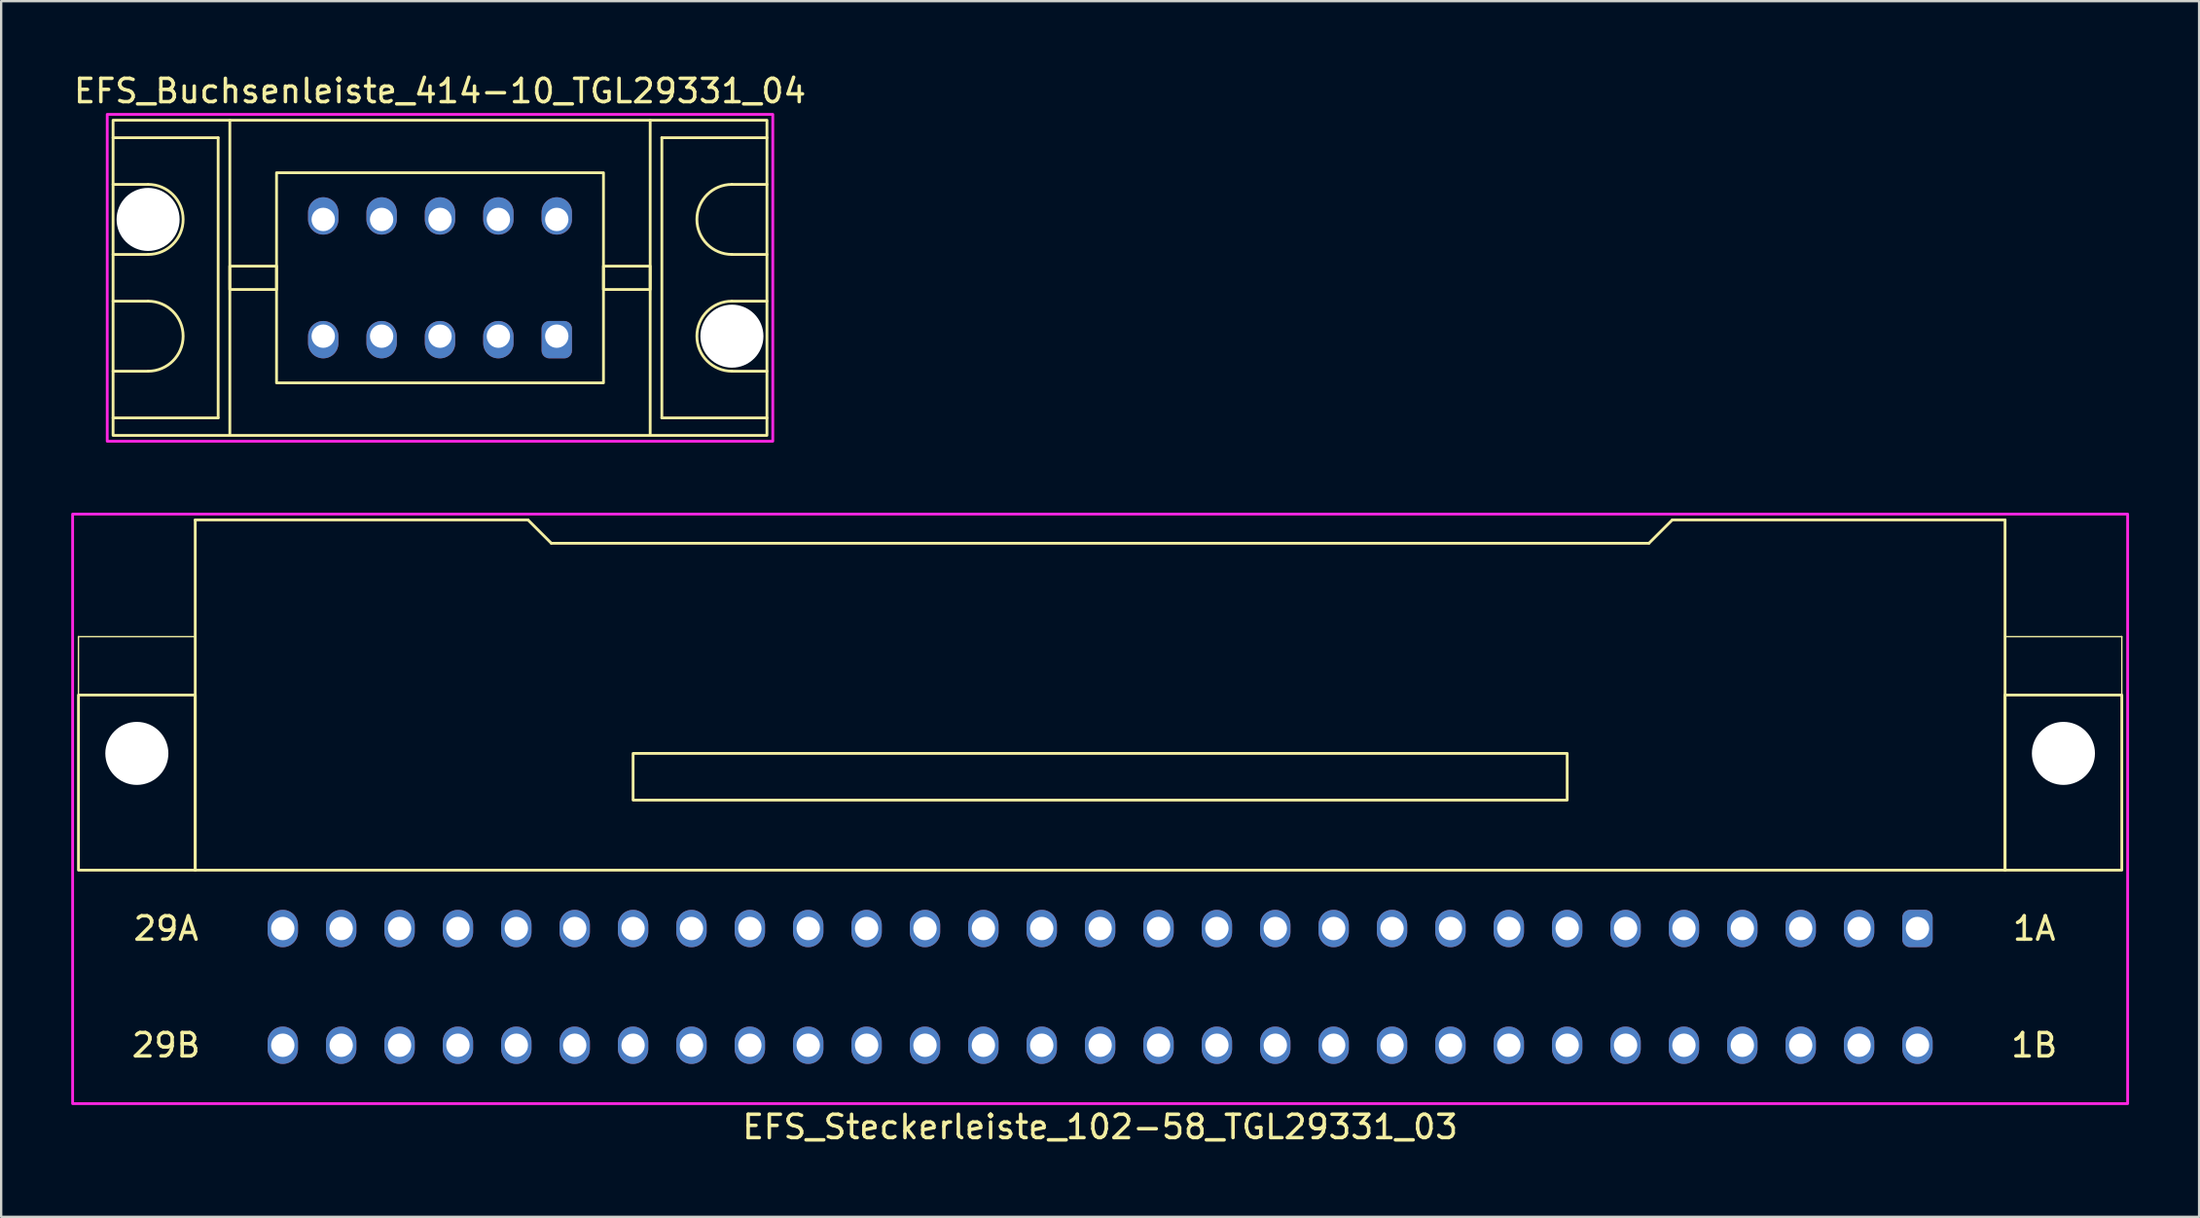
<source format=kicad_pcb>
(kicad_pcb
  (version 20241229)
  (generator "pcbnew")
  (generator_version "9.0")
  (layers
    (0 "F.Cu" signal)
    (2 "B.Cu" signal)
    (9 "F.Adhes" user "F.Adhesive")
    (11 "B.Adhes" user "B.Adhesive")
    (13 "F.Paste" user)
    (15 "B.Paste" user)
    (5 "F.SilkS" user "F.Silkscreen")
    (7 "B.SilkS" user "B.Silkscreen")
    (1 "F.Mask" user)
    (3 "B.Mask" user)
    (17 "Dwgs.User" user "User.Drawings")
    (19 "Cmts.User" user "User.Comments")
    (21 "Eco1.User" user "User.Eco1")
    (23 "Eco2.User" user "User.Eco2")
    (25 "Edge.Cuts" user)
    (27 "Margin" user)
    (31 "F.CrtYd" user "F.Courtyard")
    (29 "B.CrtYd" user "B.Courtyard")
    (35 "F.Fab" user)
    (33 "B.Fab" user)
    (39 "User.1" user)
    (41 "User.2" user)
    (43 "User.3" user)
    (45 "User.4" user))
  (footprint "EFS_Steckerleiste_102-58_TGL29331_03"
    (layer "F.Cu")
    (at 44.06 24.218)
    (property "Reference" "EFS_Steckerleiste_102-58_TGL29331_03" (at 0 21 180) (layer "F.SilkS") (effects (font (size 1 1) (thickness 0.15))))
    (attr through_hole)
    (fp_line (start -43.75 0) (end -43.75 2.5) (stroke (width 0.06) (type solid)) (layer "F.SilkS"))
    (fp_line (start -38.75 -5) (end -38.75 10) (stroke (width 0.12) (type solid)) (layer "F.SilkS"))
    (fp_line (start -38.75 -5) (end -24.5 -5) (stroke (width 0.12) (type solid)) (layer "F.SilkS"))
    (fp_line (start -38.75 0) (end -43.75 0) (stroke (width 0.06) (type solid)) (layer "F.SilkS"))
    (fp_line (start -38.75 10) (end 38.75 10) (stroke (width 0.12) (type solid)) (layer "F.SilkS"))
    (fp_line (start -24.5 -5) (end -23.5 -4) (stroke (width 0.12) (type solid)) (layer "F.SilkS"))
    (fp_line (start -23.5 -4) (end 23.5 -4) (stroke (width 0.12) (type solid)) (layer "F.SilkS"))
    (fp_line (start 24.5 -5) (end 23.5 -4) (stroke (width 0.12) (type solid)) (layer "F.SilkS"))
    (fp_line (start 38.75 -5) (end 24.5 -5) (stroke (width 0.12) (type solid)) (layer "F.SilkS"))
    (fp_line (start 38.75 10) (end 38.75 -5) (stroke (width 0.12) (type solid)) (layer "F.SilkS"))
    (fp_line (start 43.75 0) (end 38.75 0) (stroke (width 0.06) (type solid)) (layer "F.SilkS"))
    (fp_line (start 43.75 0) (end 43.75 2.5) (stroke (width 0.06) (type solid)) (layer "F.SilkS"))
    (fp_rect (start -38.75 10) (end -43.75 2.5) (stroke (width 0.12) (type solid)) (fill no) (layer "F.SilkS"))
    (fp_rect (start -20 7) (end 20 5) (stroke (width 0.12) (type solid)) (fill no) (layer "F.SilkS"))
    (fp_rect (start 43.75 10) (end 38.75 2.5) (stroke (width 0.12) (type solid)) (fill no) (layer "F.SilkS"))
    (fp_rect (start -44 -5.25) (end 44 20) (stroke (width 0.12) (type solid)) (fill no) (layer "F.CrtYd"))
    (fp_text user "1B" (at 40 17.5 0) (layer "F.SilkS") (effects (font (size 1 1) (thickness 0.15))))
    (fp_text user "29B" (at -40 17.5 0) (layer "F.SilkS") (effects (font (size 1 1) (thickness 0.15))))
    (fp_text user "29A" (at -40 12.5 0) (layer "F.SilkS") (effects (font (size 1 1) (thickness 0.15))))
    (fp_text user "1A" (at 40 12.5 0) (layer "F.SilkS") (effects (font (size 1 1) (thickness 0.15))))
    (pad "" np_thru_hole circle (at -41.25 5) (size 2.7 2.7) (drill 2.7) (layers "*.Cu" "*.Mask"))
    (pad "" np_thru_hole circle (at 41.25 5) (size 2.7 2.7) (drill 2.7) (layers "*.Cu" "*.Mask"))
    (pad "1a" thru_hole roundrect (at 35 12.5) (size 1.3 1.6) (drill 1) (layers "*.Cu" "*.Mask") (roundrect_rratio 0.25))
    (pad "1b" thru_hole oval (at 35 17.5) (size 1.3 1.6) (drill 1) (layers "*.Cu" "*.Mask"))
    (pad "2a" thru_hole oval (at 32.5 12.5) (size 1.3 1.6) (drill 1) (layers "*.Cu" "*.Mask"))
    (pad "2b" thru_hole oval (at 32.5 17.5) (size 1.3 1.6) (drill 1) (layers "*.Cu" "*.Mask"))
    (pad "3a" thru_hole oval (at 30 12.5) (size 1.3 1.6) (drill 1) (layers "*.Cu" "*.Mask"))
    (pad "3b" thru_hole oval (at 30 17.5) (size 1.3 1.6) (drill 1) (layers "*.Cu" "*.Mask"))
    (pad "4a" thru_hole oval (at 27.5 12.5) (size 1.3 1.6) (drill 1) (layers "*.Cu" "*.Mask"))
    (pad "4b" thru_hole oval (at 27.5 17.5) (size 1.3 1.6) (drill 1) (layers "*.Cu" "*.Mask"))
    (pad "5a" thru_hole oval (at 25 12.5) (size 1.3 1.6) (drill 1) (layers "*.Cu" "*.Mask"))
    (pad "5b" thru_hole oval (at 25 17.5) (size 1.3 1.6) (drill 1) (layers "*.Cu" "*.Mask"))
    (pad "6a" thru_hole oval (at 22.5 12.5) (size 1.3 1.6) (drill 1) (layers "*.Cu" "*.Mask"))
    (pad "6b" thru_hole oval (at 22.5 17.5) (size 1.3 1.6) (drill 1) (layers "*.Cu" "*.Mask"))
    (pad "7a" thru_hole oval (at 20 12.5) (size 1.3 1.6) (drill 1) (layers "*.Cu" "*.Mask"))
    (pad "7b" thru_hole oval (at 20 17.5) (size 1.3 1.6) (drill 1) (layers "*.Cu" "*.Mask"))
    (pad "8a" thru_hole oval (at 17.5 12.5) (size 1.3 1.6) (drill 1) (layers "*.Cu" "*.Mask"))
    (pad "8b" thru_hole oval (at 17.5 17.5) (size 1.3 1.6) (drill 1) (layers "*.Cu" "*.Mask"))
    (pad "9a" thru_hole oval (at 15 12.5) (size 1.3 1.6) (drill 1) (layers "*.Cu" "*.Mask"))
    (pad "9b" thru_hole oval (at 15 17.5) (size 1.3 1.6) (drill 1) (layers "*.Cu" "*.Mask"))
    (pad "10a" thru_hole oval (at 12.5 12.5) (size 1.3 1.6) (drill 1) (layers "*.Cu" "*.Mask"))
    (pad "10b" thru_hole oval (at 12.5 17.5) (size 1.3 1.6) (drill 1) (layers "*.Cu" "*.Mask"))
    (pad "11a" thru_hole oval (at 10 12.5) (size 1.3 1.6) (drill 1) (layers "*.Cu" "*.Mask"))
    (pad "11b" thru_hole oval (at 10 17.5) (size 1.3 1.6) (drill 1) (layers "*.Cu" "*.Mask"))
    (pad "12a" thru_hole oval (at 7.5 12.5) (size 1.3 1.6) (drill 1) (layers "*.Cu" "*.Mask"))
    (pad "12b" thru_hole oval (at 7.5 17.5) (size 1.3 1.6) (drill 1) (layers "*.Cu" "*.Mask"))
    (pad "13a" thru_hole oval (at 5 12.5) (size 1.3 1.6) (drill 1) (layers "*.Cu" "*.Mask"))
    (pad "13b" thru_hole oval (at 5 17.5) (size 1.3 1.6) (drill 1) (layers "*.Cu" "*.Mask"))
    (pad "14a" thru_hole oval (at 2.5 12.5) (size 1.3 1.6) (drill 1) (layers "*.Cu" "*.Mask"))
    (pad "14b" thru_hole oval (at 2.5 17.5) (size 1.3 1.6) (drill 1) (layers "*.Cu" "*.Mask"))
    (pad "15a" thru_hole oval (at 0 12.5) (size 1.3 1.6) (drill 1) (layers "*.Cu" "*.Mask"))
    (pad "15b" thru_hole oval (at 0 17.5) (size 1.3 1.6) (drill 1) (layers "*.Cu" "*.Mask"))
    (pad "16a" thru_hole oval (at -2.5 12.5) (size 1.3 1.6) (drill 1) (layers "*.Cu" "*.Mask"))
    (pad "16b" thru_hole oval (at -2.5 17.5) (size 1.3 1.6) (drill 1) (layers "*.Cu" "*.Mask"))
    (pad "17a" thru_hole oval (at -5 12.5) (size 1.3 1.6) (drill 1) (layers "*.Cu" "*.Mask"))
    (pad "17b" thru_hole oval (at -5 17.5) (size 1.3 1.6) (drill 1) (layers "*.Cu" "*.Mask"))
    (pad "18a" thru_hole oval (at -7.5 12.5) (size 1.3 1.6) (drill 1) (layers "*.Cu" "*.Mask"))
    (pad "18b" thru_hole oval (at -7.5 17.5) (size 1.3 1.6) (drill 1) (layers "*.Cu" "*.Mask"))
    (pad "19a" thru_hole oval (at -10 12.5) (size 1.3 1.6) (drill 1) (layers "*.Cu" "*.Mask"))
    (pad "19b" thru_hole oval (at -10 17.5) (size 1.3 1.6) (drill 1) (layers "*.Cu" "*.Mask"))
    (pad "20a" thru_hole oval (at -12.5 12.5) (size 1.3 1.6) (drill 1) (layers "*.Cu" "*.Mask"))
    (pad "20b" thru_hole oval (at -12.5 17.5) (size 1.3 1.6) (drill 1) (layers "*.Cu" "*.Mask"))
    (pad "21a" thru_hole oval (at -15 12.5) (size 1.3 1.6) (drill 1) (layers "*.Cu" "*.Mask"))
    (pad "21b" thru_hole oval (at -15 17.5) (size 1.3 1.6) (drill 1) (layers "*.Cu" "*.Mask"))
    (pad "22a" thru_hole oval (at -17.5 12.5) (size 1.3 1.6) (drill 1) (layers "*.Cu" "*.Mask"))
    (pad "22b" thru_hole oval (at -17.5 17.5) (size 1.3 1.6) (drill 1) (layers "*.Cu" "*.Mask"))
    (pad "23a" thru_hole oval (at -20 12.5) (size 1.3 1.6) (drill 1) (layers "*.Cu" "*.Mask"))
    (pad "23b" thru_hole oval (at -20 17.5) (size 1.3 1.6) (drill 1) (layers "*.Cu" "*.Mask"))
    (pad "24a" thru_hole oval (at -22.5 12.5) (size 1.3 1.6) (drill 1) (layers "*.Cu" "*.Mask"))
    (pad "24b" thru_hole oval (at -22.5 17.5) (size 1.3 1.6) (drill 1) (layers "*.Cu" "*.Mask"))
    (pad "25a" thru_hole oval (at -25 12.5) (size 1.3 1.6) (drill 1) (layers "*.Cu" "*.Mask"))
    (pad "25b" thru_hole oval (at -25 17.5) (size 1.3 1.6) (drill 1) (layers "*.Cu" "*.Mask"))
    (pad "26a" thru_hole oval (at -27.5 12.5) (size 1.3 1.6) (drill 1) (layers "*.Cu" "*.Mask"))
    (pad "26b" thru_hole oval (at -27.5 17.5) (size 1.3 1.6) (drill 1) (layers "*.Cu" "*.Mask"))
    (pad "27a" thru_hole oval (at -30 12.5) (size 1.3 1.6) (drill 1) (layers "*.Cu" "*.Mask"))
    (pad "27b" thru_hole oval (at -30 17.5) (size 1.3 1.6) (drill 1) (layers "*.Cu" "*.Mask"))
    (pad "28a" thru_hole oval (at -32.5 12.5) (size 1.3 1.6) (drill 1) (layers "*.Cu" "*.Mask"))
    (pad "28b" thru_hole oval (at -32.5 17.5) (size 1.3 1.6) (drill 1) (layers "*.Cu" "*.Mask"))
    (pad "29a" thru_hole oval (at -35 12.5) (size 1.3 1.6) (drill 1) (layers "*.Cu" "*.Mask"))
    (pad "29b" thru_hole oval (at -35 17.5) (size 1.3 1.6) (drill 1) (layers "*.Cu" "*.Mask")))
  (footprint "EFS_Buchsenleiste_414-10_TGL29331_04"
    (layer "F.Cu")
    (at 15.792 8.848)
    (property "Reference" "EFS_Buchsenleiste_414-10_TGL29331_04" (at 0 -8 180) (layer "F.SilkS") (effects (font (size 1 1) (thickness 0.15))))
    (attr through_hole)
    (fp_line (start -14 -6) (end -9.5 -6) (stroke (width 0.12) (type solid)) (layer "F.SilkS"))
    (fp_line (start -12.5 -4) (end -14 -4) (stroke (width 0.12) (type solid)) (layer "F.SilkS"))
    (fp_line (start -12.5 -1) (end -14 -1) (stroke (width 0.12) (type solid)) (layer "F.SilkS"))
    (fp_line (start -12.5 1) (end -14 1) (stroke (width 0.12) (type solid)) (layer "F.SilkS"))
    (fp_line (start -12.5 4) (end -14 4) (stroke (width 0.12) (type solid)) (layer "F.SilkS"))
    (fp_line (start -9.5 -6) (end -9.5 6) (stroke (width 0.12) (type solid)) (layer "F.SilkS"))
    (fp_line (start -9.5 6) (end -14 6) (stroke (width 0.12) (type solid)) (layer "F.SilkS"))
    (fp_line (start -9 6.75) (end -9 -6.75) (stroke (width 0.12) (type solid)) (layer "F.SilkS"))
    (fp_line (start 9 6.75) (end 9 -6.75) (stroke (width 0.12) (type solid)) (layer "F.SilkS"))
    (fp_line (start 9.5 -6) (end 9.5 6) (stroke (width 0.12) (type solid)) (layer "F.SilkS"))
    (fp_line (start 9.5 6) (end 14 6) (stroke (width 0.12) (type solid)) (layer "F.SilkS"))
    (fp_line (start 12.5 -4) (end 14 -4) (stroke (width 0.12) (type solid)) (layer "F.SilkS"))
    (fp_line (start 12.5 -1) (end 14 -1) (stroke (width 0.12) (type solid)) (layer "F.SilkS"))
    (fp_line (start 12.5 1) (end 14 1) (stroke (width 0.12) (type solid)) (layer "F.SilkS"))
    (fp_line (start 12.5 4) (end 14 4) (stroke (width 0.12) (type solid)) (layer "F.SilkS"))
    (fp_line (start 14 -6) (end 9.5 -6) (stroke (width 0.12) (type solid)) (layer "F.SilkS"))
    (fp_rect (start -14 -6.75) (end 14 6.75) (stroke (width 0.12) (type solid)) (fill no) (layer "F.SilkS"))
    (fp_rect (start -9 -0.5) (end -7 0.5) (stroke (width 0.12) (type solid)) (fill no) (layer "F.SilkS"))
    (fp_rect (start -7 -4.5) (end 7 4.5) (stroke (width 0.12) (type solid)) (fill no) (layer "F.SilkS"))
    (fp_rect (start 9 -0.5) (end 7 0.5) (stroke (width 0.12) (type solid)) (fill no) (layer "F.SilkS"))
    (fp_arc (start -12.5 -4) (mid -11 -2.5) (end -12.5 -1) (stroke (width 0.12) (type solid)) (layer "F.SilkS"))
    (fp_arc (start -12.5 1) (mid -11 2.5) (end -12.5 4) (stroke (width 0.12) (type solid)) (layer "F.SilkS"))
    (fp_arc (start 12.5 -1) (mid 11 -2.5) (end 12.5 -4) (stroke (width 0.12) (type solid)) (layer "F.SilkS"))
    (fp_arc (start 12.5 4) (mid 11 2.5) (end 12.5 1) (stroke (width 0.12) (type solid)) (layer "F.SilkS"))
    (fp_rect (start -14.25 -7) (end 14.25 7) (stroke (width 0.12) (type solid)) (fill no) (layer "F.CrtYd"))
    (pad "" np_thru_hole circle (at -12.5 -2.5) (size 2.7 2.7) (drill 2.7) (layers "*.Cu" "*.Mask"))
    (pad "" np_thru_hole circle (at 12.5 2.5) (size 2.7 2.7) (drill 2.7) (layers "*.Cu" "*.Mask"))
    (pad "1a" thru_hole roundrect (at 5 2.5 180) (size 1.3 1.6) (drill 1 (offset 0 -0.15)) (layers "*.Cu" "*.Mask") (roundrect_rratio 0.25))
    (pad "1c" thru_hole oval (at 5 -2.5 180) (size 1.3 1.6) (drill 1 (offset 0 0.15)) (layers "*.Cu" "*.Mask"))
    (pad "2a" thru_hole oval (at 2.5 2.5 180) (size 1.3 1.6) (drill 1 (offset 0 -0.15)) (layers "*.Cu" "*.Mask"))
    (pad "2c" thru_hole oval (at 2.5 -2.5 180) (size 1.3 1.6) (drill 1 (offset 0 0.15)) (layers "*.Cu" "*.Mask"))
    (pad "3a" thru_hole oval (at 0 2.5 180) (size 1.3 1.6) (drill 1 (offset 0 -0.15)) (layers "*.Cu" "*.Mask"))
    (pad "3c" thru_hole oval (at 0 -2.5 180) (size 1.3 1.6) (drill 1 (offset 0 0.15)) (layers "*.Cu" "*.Mask"))
    (pad "4a" thru_hole oval (at -2.5 2.5 180) (size 1.3 1.6) (drill 1 (offset 0 -0.15)) (layers "*.Cu" "*.Mask"))
    (pad "4c" thru_hole oval (at -2.5 -2.5 180) (size 1.3 1.6) (drill 1 (offset 0 0.15)) (layers "*.Cu" "*.Mask"))
    (pad "5a" thru_hole oval (at -5 2.5 180) (size 1.3 1.6) (drill 1 (offset 0 -0.15)) (layers "*.Cu" "*.Mask"))
    (pad "5c" thru_hole oval (at -5 -2.5 180) (size 1.3 1.6) (drill 1 (offset 0 0.15)) (layers "*.Cu" "*.Mask")))
  (gr_rect
    (start -3 -3)
    (end 91.12 49.066)
    (stroke (width 0.1) (type default))
    (fill no)
    (layer "Edge.Cuts")))
</source>
